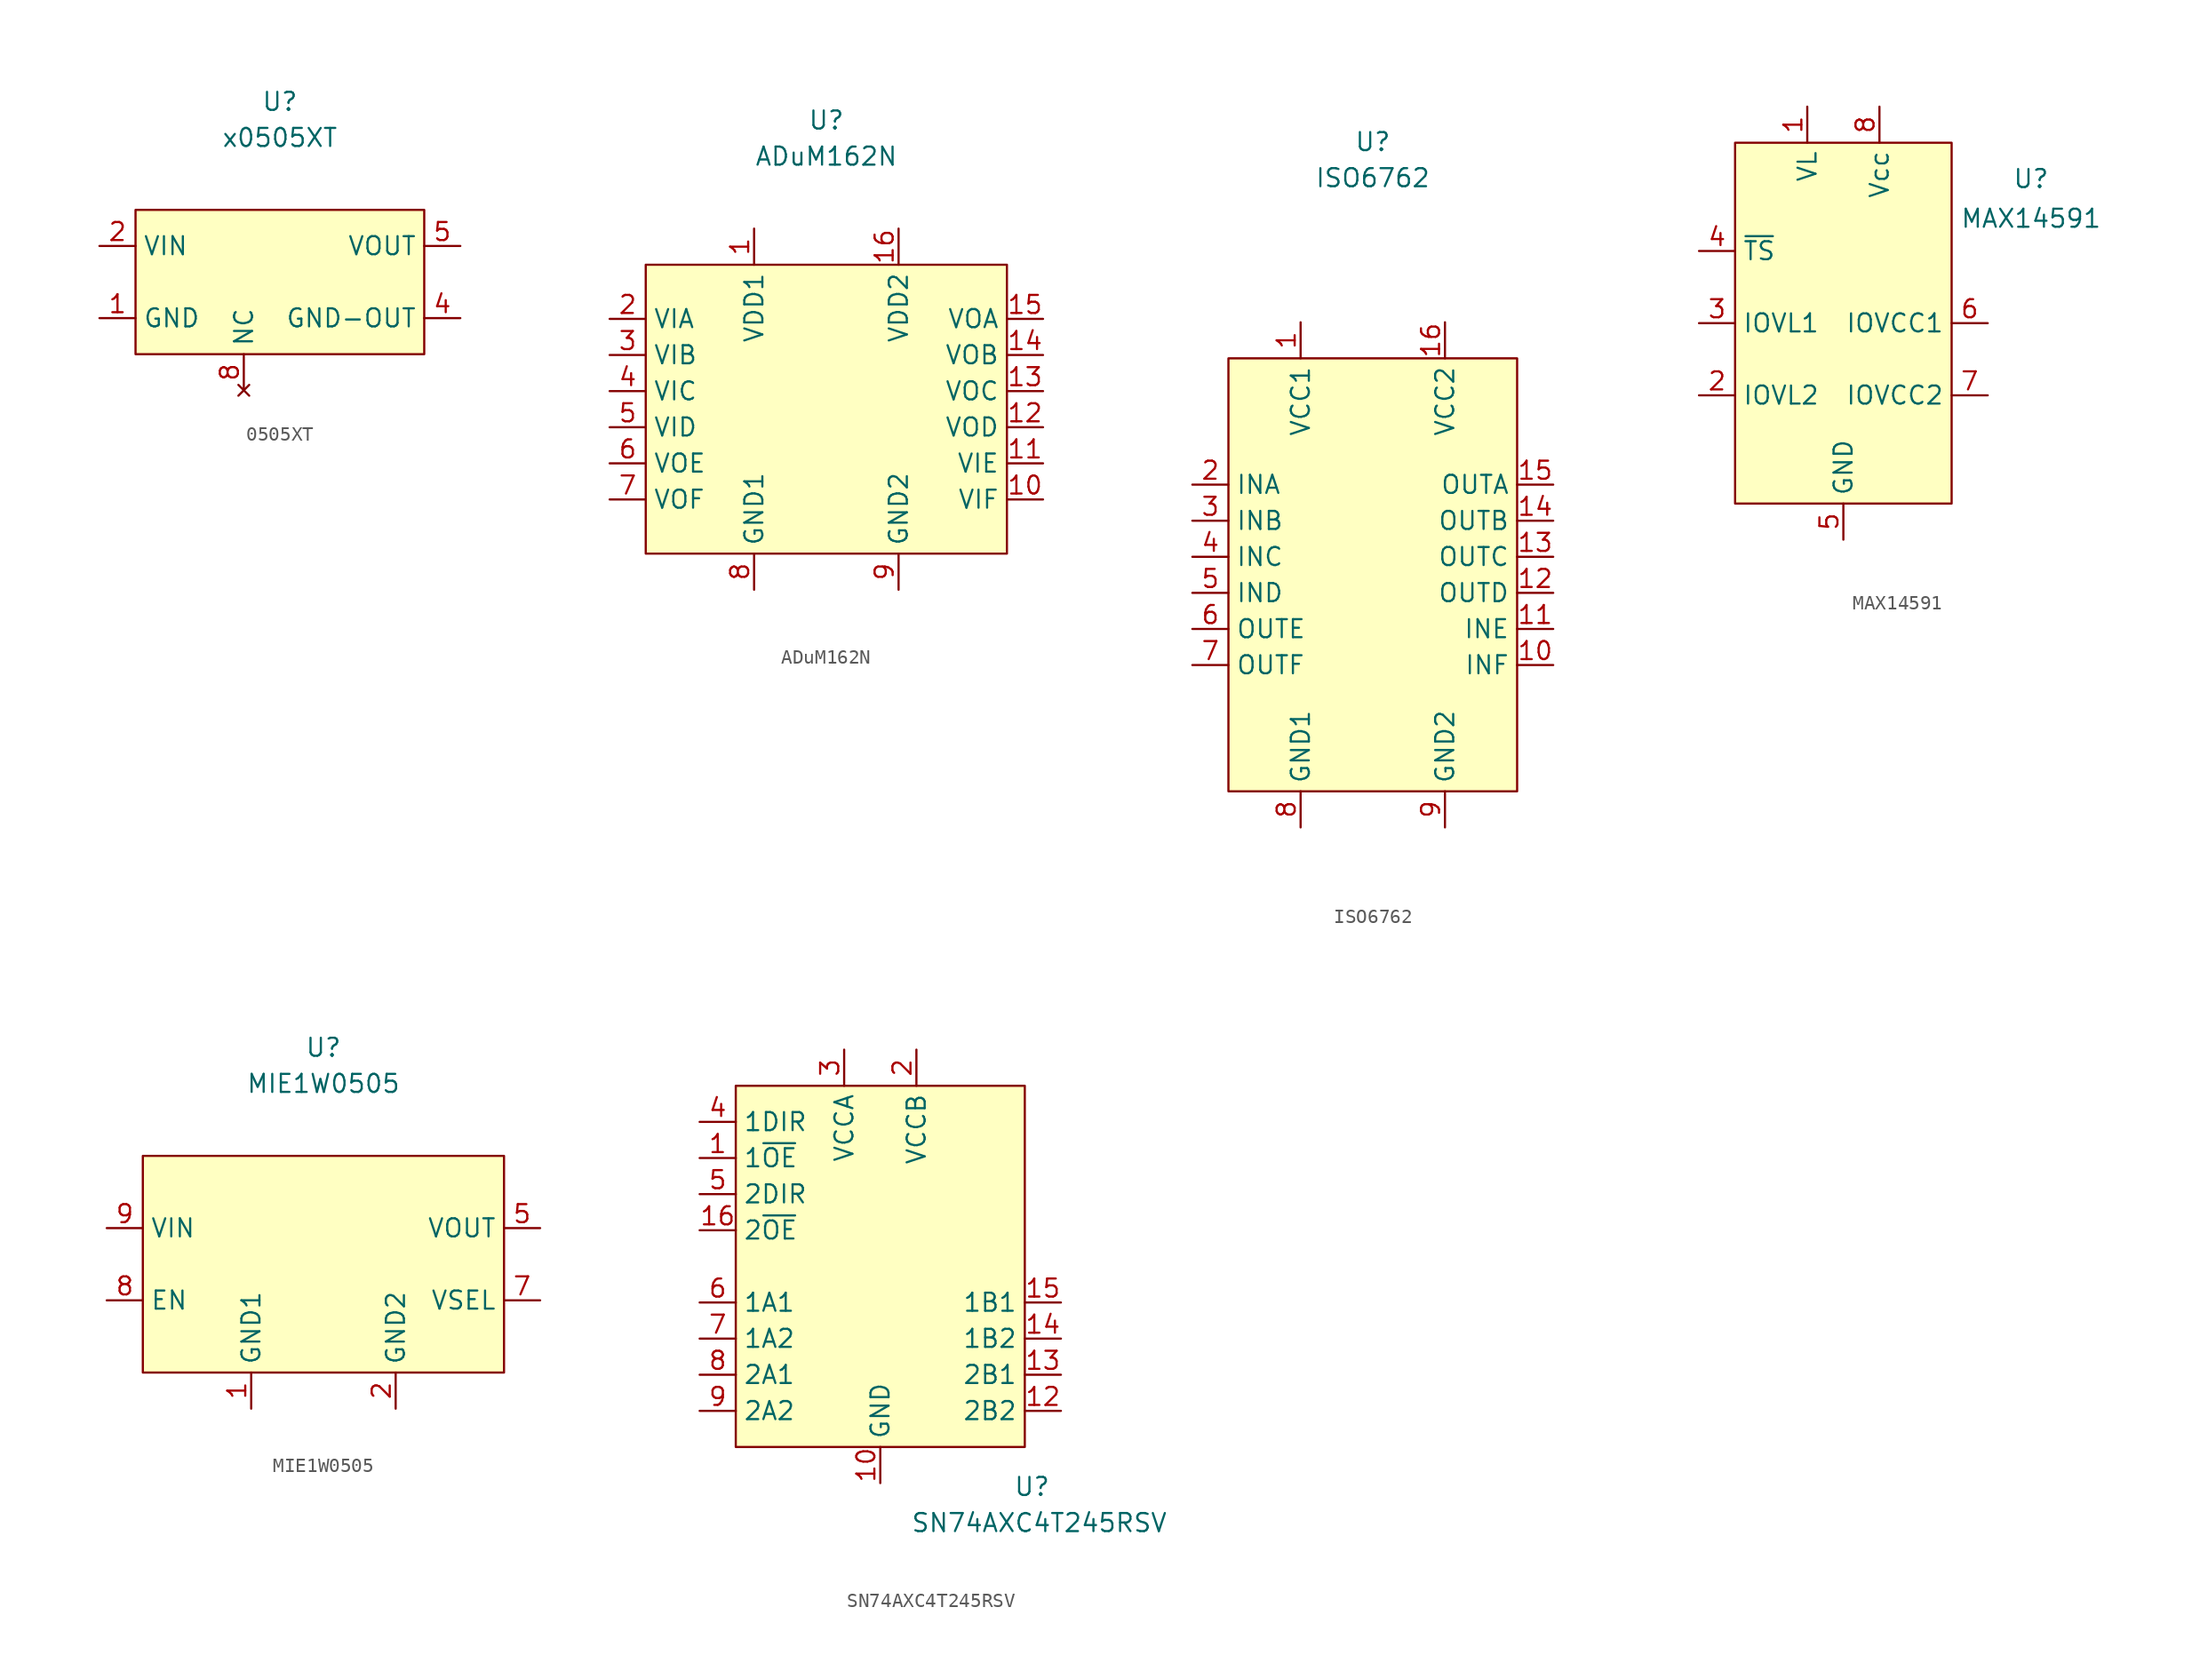
<source format=kicad_sym>
(kicad_symbol_lib
  (version 20241209)
  (generator "kicad_symbol_editor")
  (generator_version "9.0")
  (symbol "0505XT"
    (property "Reference" "U"
      (at 0 12.7 0)
      (effects (font (size 1.27 1.27))))
    (property "Value" "x0505XT"
      (at 0 10.16 0)
      (effects (font (size 1.27 1.27))))
    (symbol "0505XT_1_1"
      (rectangle (start -10.16 5.08) (end 10.16 -5.08) (stroke (width 0) (type solid)) (fill (type background)))
      (pin input line (at -12.7 2.54 0) (length 2.54) (name "VIN" (effects (font (size 1.27 1.27)))) (number "2" (effects (font (size 1.27 1.27)))))
      (pin input line (at -12.7 -2.54 0) (length 2.54) (name "GND" (effects (font (size 1.27 1.27)))) (number "1" (effects (font (size 1.27 1.27)))))
      (pin no_connect line (at -2.54 -7.62 90) (length 2.54) (name "NC" (effects (font (size 1.27 1.27)))) (number "8" (effects (font (size 1.27 1.27)))))
      (pin input line (at 12.7 2.54 180) (length 2.54) (name "VOUT" (effects (font (size 1.27 1.27)))) (number "5" (effects (font (size 1.27 1.27)))))
      (pin input line (at 12.7 -2.54 180) (length 2.54) (name "GND-OUT" (effects (font (size 1.27 1.27)))) (number "4" (effects (font (size 1.27 1.27)))))))
  (symbol "ADuM162N"
    (property "Reference" "U"
      (at 0 20.32 0)
      (effects (font (size 1.27 1.27))))
    (property "Value" "ADuM162N"
      (at 0 17.78 0)
      (effects (font (size 1.27 1.27))))
    (symbol "ADuM162N_1_1"
      (rectangle (start -12.7 10.16) (end 12.7 -10.16) (stroke (width 0) (type solid)) (fill (type background)))
      (pin input line (at -15.24 6.35 0) (length 2.54) (name "VIA" (effects (font (size 1.27 1.27)))) (number "2" (effects (font (size 1.27 1.27)))))
      (pin input line (at -15.24 3.81 0) (length 2.54) (name "VIB" (effects (font (size 1.27 1.27)))) (number "3" (effects (font (size 1.27 1.27)))))
      (pin input line (at -15.24 1.27 0) (length 2.54) (name "VIC" (effects (font (size 1.27 1.27)))) (number "4" (effects (font (size 1.27 1.27)))))
      (pin input line (at -15.24 -1.27 0) (length 2.54) (name "VID" (effects (font (size 1.27 1.27)))) (number "5" (effects (font (size 1.27 1.27)))))
      (pin input line (at -15.24 -3.81 0) (length 2.54) (name "VOE" (effects (font (size 1.27 1.27)))) (number "6" (effects (font (size 1.27 1.27)))))
      (pin input line (at -15.24 -6.35 0) (length 2.54) (name "VOF" (effects (font (size 1.27 1.27)))) (number "7" (effects (font (size 1.27 1.27)))))
      (pin input line (at -5.08 12.7 270) (length 2.54) (name "VDD1" (effects (font (size 1.27 1.27)))) (number "1" (effects (font (size 1.27 1.27)))))
      (pin input line (at -5.08 -12.7 90) (length 2.54) (name "GND1" (effects (font (size 1.27 1.27)))) (number "8" (effects (font (size 1.27 1.27)))))
      (pin input line (at 5.08 12.7 270) (length 2.54) (name "VDD2" (effects (font (size 1.27 1.27)))) (number "16" (effects (font (size 1.27 1.27)))))
      (pin input line (at 5.08 -12.7 90) (length 2.54) (name "GND2" (effects (font (size 1.27 1.27)))) (number "9" (effects (font (size 1.27 1.27)))))
      (pin input line (at 15.24 6.35 180) (length 2.54) (name "VOA" (effects (font (size 1.27 1.27)))) (number "15" (effects (font (size 1.27 1.27)))))
      (pin input line (at 15.24 3.81 180) (length 2.54) (name "VOB" (effects (font (size 1.27 1.27)))) (number "14" (effects (font (size 1.27 1.27)))))
      (pin input line (at 15.24 1.27 180) (length 2.54) (name "VOC" (effects (font (size 1.27 1.27)))) (number "13" (effects (font (size 1.27 1.27)))))
      (pin input line (at 15.24 -1.27 180) (length 2.54) (name "VOD" (effects (font (size 1.27 1.27)))) (number "12" (effects (font (size 1.27 1.27)))))
      (pin input line (at 15.24 -3.81 180) (length 2.54) (name "VIE" (effects (font (size 1.27 1.27)))) (number "11" (effects (font (size 1.27 1.27)))))
      (pin input line (at 15.24 -6.35 180) (length 2.54) (name "VIF" (effects (font (size 1.27 1.27)))) (number "10" (effects (font (size 1.27 1.27)))))))
  (symbol "ISO6762"
    (property "Reference" "U"
      (at 0 30.48 0)
      (effects (font (size 1.27 1.27))))
    (property "Value" "ISO6762"
      (at 0 27.94 0)
      (effects (font (size 1.27 1.27))))
    (symbol "ISO6762_1_1"
      (rectangle (start -10.16 15.24) (end 10.16 -15.24) (stroke (width 0) (type solid)) (fill (type background)))
      (pin input line (at -12.7 6.35 0) (length 2.54) (name "INA" (effects (font (size 1.27 1.27)))) (number "2" (effects (font (size 1.27 1.27)))))
      (pin input line (at -12.7 3.81 0) (length 2.54) (name "INB" (effects (font (size 1.27 1.27)))) (number "3" (effects (font (size 1.27 1.27)))))
      (pin input line (at -12.7 1.27 0) (length 2.54) (name "INC" (effects (font (size 1.27 1.27)))) (number "4" (effects (font (size 1.27 1.27)))))
      (pin input line (at -12.7 -1.27 0) (length 2.54) (name "IND" (effects (font (size 1.27 1.27)))) (number "5" (effects (font (size 1.27 1.27)))))
      (pin input line (at -12.7 -3.81 0) (length 2.54) (name "OUTE" (effects (font (size 1.27 1.27)))) (number "6" (effects (font (size 1.27 1.27)))))
      (pin input line (at -12.7 -6.35 0) (length 2.54) (name "OUTF" (effects (font (size 1.27 1.27)))) (number "7" (effects (font (size 1.27 1.27)))))
      (pin input line (at -5.08 17.78 270) (length 2.54) (name "VCC1" (effects (font (size 1.27 1.27)))) (number "1" (effects (font (size 1.27 1.27)))))
      (pin input line (at -5.08 -17.78 90) (length 2.54) (name "GND1" (effects (font (size 1.27 1.27)))) (number "8" (effects (font (size 1.27 1.27)))))
      (pin input line (at 5.08 17.78 270) (length 2.54) (name "VCC2" (effects (font (size 1.27 1.27)))) (number "16" (effects (font (size 1.27 1.27)))))
      (pin input line (at 5.08 -17.78 90) (length 2.54) (name "GND2" (effects (font (size 1.27 1.27)))) (number "9" (effects (font (size 1.27 1.27)))))
      (pin input line (at 12.7 6.35 180) (length 2.54) (name "OUTA" (effects (font (size 1.27 1.27)))) (number "15" (effects (font (size 1.27 1.27)))))
      (pin input line (at 12.7 3.81 180) (length 2.54) (name "OUTB" (effects (font (size 1.27 1.27)))) (number "14" (effects (font (size 1.27 1.27)))))
      (pin input line (at 12.7 1.27 180) (length 2.54) (name "OUTC" (effects (font (size 1.27 1.27)))) (number "13" (effects (font (size 1.27 1.27)))))
      (pin input line (at 12.7 -1.27 180) (length 2.54) (name "OUTD" (effects (font (size 1.27 1.27)))) (number "12" (effects (font (size 1.27 1.27)))))
      (pin input line (at 12.7 -3.81 180) (length 2.54) (name "INE" (effects (font (size 1.27 1.27)))) (number "11" (effects (font (size 1.27 1.27)))))
      (pin input line (at 12.7 -6.35 180) (length 2.54) (name "INF" (effects (font (size 1.27 1.27)))) (number "10" (effects (font (size 1.27 1.27)))))))
  (symbol "MAX14591"
    (property "Reference" "U"
      (at 13.208 10.16 0)
      (effects (font (size 1.27 1.27))))
    (property "Value" "MAX14591"
      (at 13.208 7.366 0)
      (effects (font (size 1.27 1.27))))
    (symbol "MAX14591_1_1"
      (rectangle (start -7.62 12.7) (end 7.62 -12.7) (stroke (width 0) (type solid)) (fill (type background)))
      (pin input line (at -10.16 5.08 0) (length 2.54) (name "~{TS}" (effects (font (size 1.27 1.27)))) (number "4" (effects (font (size 1.27 1.27)))))
      (pin input line (at -10.16 0 0) (length 2.54) (name "IOVL1" (effects (font (size 1.27 1.27)))) (number "3" (effects (font (size 1.27 1.27)))))
      (pin input line (at -10.16 -5.08 0) (length 2.54) (name "IOVL2" (effects (font (size 1.27 1.27)))) (number "2" (effects (font (size 1.27 1.27)))))
      (pin input line (at -2.54 15.24 270) (length 2.54) (name "VL" (effects (font (size 1.27 1.27)))) (number "1" (effects (font (size 1.27 1.27)))))
      (pin input line (at 0 -15.24 90) (length 2.54) (name "GND" (effects (font (size 1.27 1.27)))) (number "5" (effects (font (size 1.27 1.27)))))
      (pin input line (at 2.54 15.24 270) (length 2.54) (name "Vcc" (effects (font (size 1.27 1.27)))) (number "8" (effects (font (size 1.27 1.27)))))
      (pin input line (at 10.16 0 180) (length 2.54) (name "IOVCC1" (effects (font (size 1.27 1.27)))) (number "6" (effects (font (size 1.27 1.27)))))
      (pin input line (at 10.16 -5.08 180) (length 2.54) (name "IOVCC2" (effects (font (size 1.27 1.27)))) (number "7" (effects (font (size 1.27 1.27)))))))
  (symbol "MIE1W0505"
    (property "Reference" "U"
      (at 0 15.24 0)
      (effects (font (size 1.27 1.27))))
    (property "Value" "MIE1W0505"
      (at 0 12.7 0)
      (effects (font (size 1.27 1.27))))
    (symbol "MIE1W0505_1_1"
      (rectangle (start -12.7 7.62) (end 12.7 -7.62) (stroke (width 0) (type solid)) (fill (type background)))
      (pin input line (at -15.24 2.54 0) (length 2.54) (hide yes) (name "VIN" (effects (font (size 1.27 1.27)))) (number "10" (effects (font (size 1.27 1.27)))))
      (pin input line (at -15.24 2.54 0) (length 2.54) (name "VIN" (effects (font (size 1.27 1.27)))) (number "9" (effects (font (size 1.27 1.27)))))
      (pin input line (at -15.24 -2.54 0) (length 2.54) (name "EN" (effects (font (size 1.27 1.27)))) (number "8" (effects (font (size 1.27 1.27)))))
      (pin input line (at -5.08 -10.16 90) (length 2.54) (name "GND1" (effects (font (size 1.27 1.27)))) (number "1" (effects (font (size 1.27 1.27)))))
      (pin input line (at -5.08 -10.16 90) (length 2.54) (hide yes) (name "GND1" (effects (font (size 1.27 1.27)))) (number "11" (effects (font (size 1.27 1.27)))))
      (pin input line (at -5.08 -10.16 90) (length 2.54) (hide yes) (name "GND1" (effects (font (size 1.27 1.27)))) (number "12" (effects (font (size 1.27 1.27)))))
      (pin input line (at 5.08 -10.16 90) (length 2.54) (name "GND2" (effects (font (size 1.27 1.27)))) (number "2" (effects (font (size 1.27 1.27)))))
      (pin input line (at 5.08 -10.16 90) (length 2.54) (hide yes) (name "GND2" (effects (font (size 1.27 1.27)))) (number "3" (effects (font (size 1.27 1.27)))))
      (pin input line (at 5.08 -10.16 90) (length 2.54) (hide yes) (name "GND2" (effects (font (size 1.27 1.27)))) (number "4" (effects (font (size 1.27 1.27)))))
      (pin input line (at 15.24 2.54 180) (length 2.54) (name "VOUT" (effects (font (size 1.27 1.27)))) (number "5" (effects (font (size 1.27 1.27)))))
      (pin input line (at 15.24 2.54 180) (length 2.54) (hide yes) (name "VOUT" (effects (font (size 1.27 1.27)))) (number "6" (effects (font (size 1.27 1.27)))))
      (pin input line (at 15.24 -2.54 180) (length 2.54) (name "VSEL" (effects (font (size 1.27 1.27)))) (number "7" (effects (font (size 1.27 1.27)))))))
  (symbol "SN74AXC4T245RSV"
    (property "Reference" "U"
      (at 10.668 -15.494 0)
      (effects (font (size 1.27 1.27))))
    (property "Value" "SN74AXC4T245RSV"
      (at 11.176 -18.034 0)
      (effects (font (size 1.27 1.27))))
    (symbol "SN74AXC4T245RSV_1_1"
      (rectangle (start -10.16 12.7) (end 10.16 -12.7) (stroke (width 0) (type solid)) (fill (type background)))
      (pin input line (at -12.7 10.16 0) (length 2.54) (name "1DIR" (effects (font (size 1.27 1.27)))) (number "4" (effects (font (size 1.27 1.27)))))
      (pin input line (at -12.7 7.62 0) (length 2.54) (name "1~{OE}" (effects (font (size 1.27 1.27)))) (number "1" (effects (font (size 1.27 1.27)))))
      (pin input line (at -12.7 5.08 0) (length 2.54) (name "2DIR" (effects (font (size 1.27 1.27)))) (number "5" (effects (font (size 1.27 1.27)))))
      (pin input line (at -12.7 2.54 0) (length 2.54) (name "2~{OE}" (effects (font (size 1.27 1.27)))) (number "16" (effects (font (size 1.27 1.27)))))
      (pin input line (at -12.7 -2.54 0) (length 2.54) (name "1A1" (effects (font (size 1.27 1.27)))) (number "6" (effects (font (size 1.27 1.27)))))
      (pin input line (at -12.7 -5.08 0) (length 2.54) (name "1A2" (effects (font (size 1.27 1.27)))) (number "7" (effects (font (size 1.27 1.27)))))
      (pin input line (at -12.7 -7.62 0) (length 2.54) (name "2A1" (effects (font (size 1.27 1.27)))) (number "8" (effects (font (size 1.27 1.27)))))
      (pin input line (at -12.7 -10.16 0) (length 2.54) (name "2A2" (effects (font (size 1.27 1.27)))) (number "9" (effects (font (size 1.27 1.27)))))
      (pin input line (at -2.54 15.24 270) (length 2.54) (name "VCCA" (effects (font (size 1.27 1.27)))) (number "3" (effects (font (size 1.27 1.27)))))
      (pin input line (at 0 -15.24 90) (length 2.54) (name "GND" (effects (font (size 1.27 1.27)))) (number "10" (effects (font (size 1.27 1.27)))))
      (pin input line (at 0 -15.24 90) (length 2.54) (hide yes) (name "GND" (effects (font (size 1.27 1.27)))) (number "11" (effects (font (size 1.27 1.27)))))
      (pin input line (at 2.54 15.24 270) (length 2.54) (name "VCCB" (effects (font (size 1.27 1.27)))) (number "2" (effects (font (size 1.27 1.27)))))
      (pin input line (at 12.7 -2.54 180) (length 2.54) (name "1B1" (effects (font (size 1.27 1.27)))) (number "15" (effects (font (size 1.27 1.27)))))
      (pin input line (at 12.7 -5.08 180) (length 2.54) (name "1B2" (effects (font (size 1.27 1.27)))) (number "14" (effects (font (size 1.27 1.27)))))
      (pin input line (at 12.7 -7.62 180) (length 2.54) (name "2B1" (effects (font (size 1.27 1.27)))) (number "13" (effects (font (size 1.27 1.27)))))
      (pin input line (at 12.7 -10.16 180) (length 2.54) (name "2B2" (effects (font (size 1.27 1.27)))) (number "12" (effects (font (size 1.27 1.27))))))))
</source>
